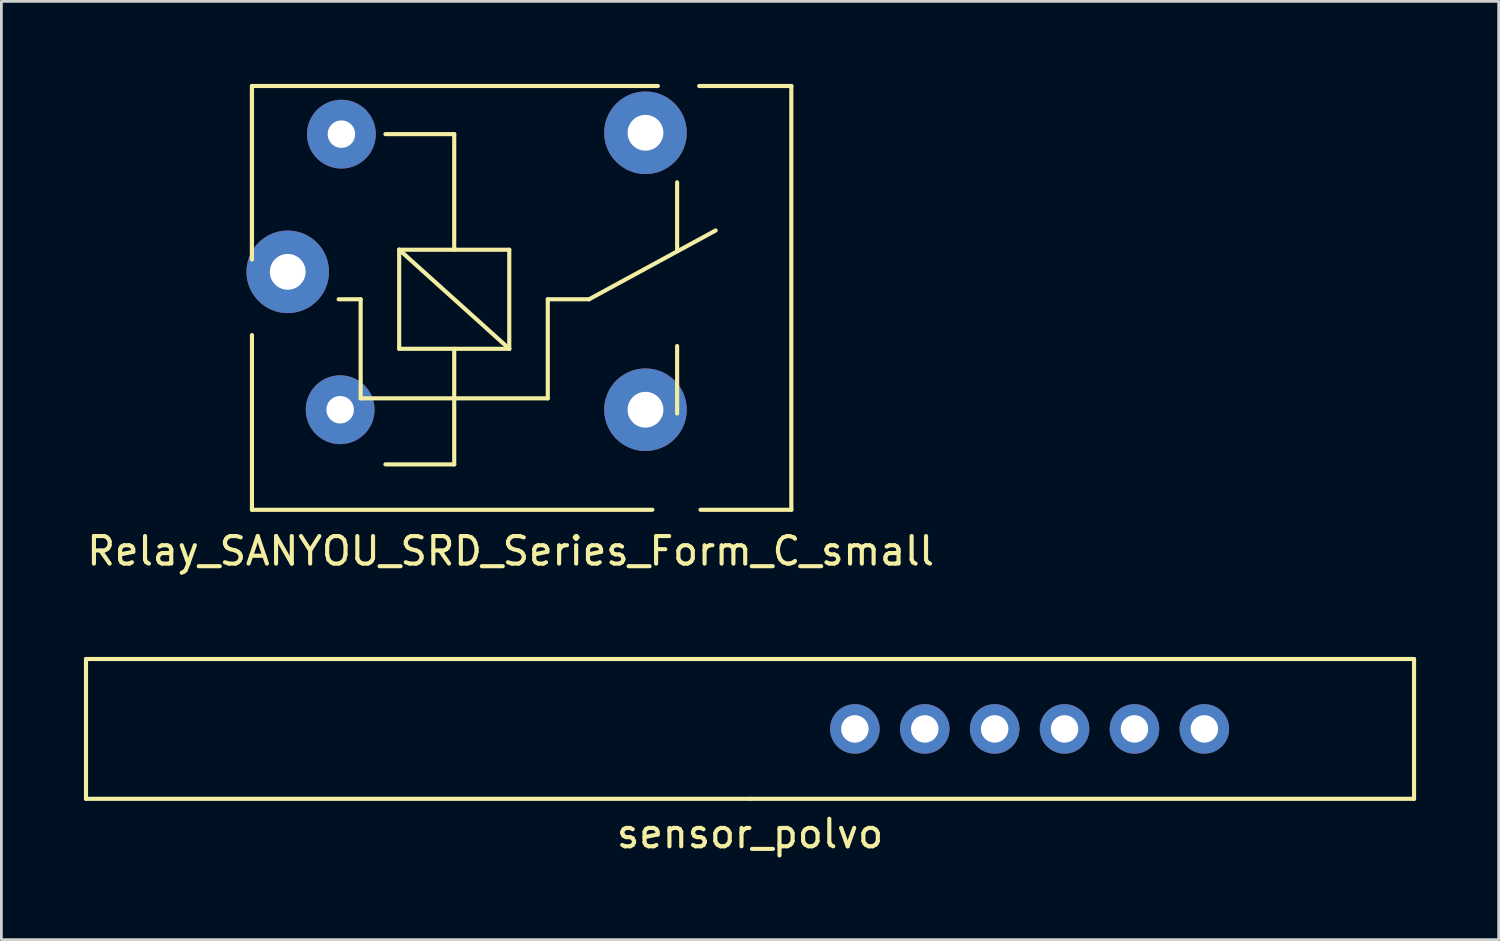
<source format=kicad_pcb>
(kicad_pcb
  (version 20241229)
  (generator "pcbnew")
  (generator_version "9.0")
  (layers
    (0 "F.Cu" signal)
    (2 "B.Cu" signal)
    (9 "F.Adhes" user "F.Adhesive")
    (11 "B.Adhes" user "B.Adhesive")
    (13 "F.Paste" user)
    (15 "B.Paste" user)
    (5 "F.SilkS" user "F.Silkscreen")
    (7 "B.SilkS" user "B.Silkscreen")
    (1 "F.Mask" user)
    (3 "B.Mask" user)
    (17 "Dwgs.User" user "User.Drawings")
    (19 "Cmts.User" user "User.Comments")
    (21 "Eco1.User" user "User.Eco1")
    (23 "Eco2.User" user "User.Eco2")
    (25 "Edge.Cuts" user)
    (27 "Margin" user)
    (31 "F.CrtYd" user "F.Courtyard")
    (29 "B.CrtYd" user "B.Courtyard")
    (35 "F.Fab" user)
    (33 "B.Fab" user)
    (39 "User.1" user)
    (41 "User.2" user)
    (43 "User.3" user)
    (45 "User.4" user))
  (footprint "Relay_SANYOU_SRD_Series_Form_C_small"
    (layer "F.Cu")
    (at 7.406 7.775)
    (property "Reference" "Relay_SANYOU_SRD_Series_Form_C_small" (at 8.1 9.2 0) (layer "F.SilkS") (effects (font (size 1 1) (thickness 0.15))))
    (attr through_hole)
    (fp_line (start -1.3 -7.7) (end 13.45 -7.7) (stroke (width 0.15) (type solid)) (layer "F.SilkS"))
    (fp_line (start -1.3 -7.65) (end -1.3 -1.4) (stroke (width 0.15) (type solid)) (layer "F.SilkS"))
    (fp_line (start -1.3 -1.4) (end -1.3 -7.7) (stroke (width 0.15) (type solid)) (layer "F.SilkS"))
    (fp_line (start -1.3 1.35) (end -1.3 7.7) (stroke (width 0.15) (type solid)) (layer "F.SilkS"))
    (fp_line (start -1.3 7.7) (end 13.25 7.7) (stroke (width 0.15) (type solid)) (layer "F.SilkS"))
    (fp_line (start 2.65 0.05) (end 1.85 0.05) (stroke (width 0.15) (type solid)) (layer "F.SilkS"))
    (fp_line (start 2.65 0.05) (end 2.65 3.65) (stroke (width 0.15) (type solid)) (layer "F.SilkS"))
    (fp_line (start 3.55 6.05) (end 6.05 6.05) (stroke (width 0.15) (type solid)) (layer "F.SilkS"))
    (fp_line (start 4.05 -1.75) (end 8.05 -1.75) (stroke (width 0.15) (type solid)) (layer "F.SilkS"))
    (fp_line (start 4.05 1.85) (end 4.05 -1.75) (stroke (width 0.15) (type solid)) (layer "F.SilkS"))
    (fp_line (start 6.05 -5.95) (end 3.55 -5.95) (stroke (width 0.15) (type solid)) (layer "F.SilkS"))
    (fp_line (start 6.05 -5.95) (end 6.05 -1.75) (stroke (width 0.15) (type solid)) (layer "F.SilkS"))
    (fp_line (start 6.05 1.85) (end 6.05 6.05) (stroke (width 0.15) (type solid)) (layer "F.SilkS"))
    (fp_line (start 8.05 -1.75) (end 8.05 1.85) (stroke (width 0.15) (type solid)) (layer "F.SilkS"))
    (fp_line (start 8.05 1.85) (end 4.05 -1.75) (stroke (width 0.15) (type solid)) (layer "F.SilkS"))
    (fp_line (start 8.05 1.85) (end 4.05 1.85) (stroke (width 0.15) (type solid)) (layer "F.SilkS"))
    (fp_line (start 9.45 0.05) (end 9.45 3.65) (stroke (width 0.15) (type solid)) (layer "F.SilkS"))
    (fp_line (start 9.45 0.05) (end 10.95 0.05) (stroke (width 0.15) (type solid)) (layer "F.SilkS"))
    (fp_line (start 9.45 3.65) (end 2.65 3.65) (stroke (width 0.15) (type solid)) (layer "F.SilkS"))
    (fp_line (start 10.95 0.05) (end 15.55 -2.45) (stroke (width 0.15) (type solid)) (layer "F.SilkS"))
    (fp_line (start 14.15 -4.2) (end 14.15 -1.7) (stroke (width 0.15) (type solid)) (layer "F.SilkS"))
    (fp_line (start 14.15 4.2) (end 14.15 1.75) (stroke (width 0.15) (type solid)) (layer "F.SilkS"))
    (fp_line (start 15 7.7) (end 18.3 7.7) (stroke (width 0.15) (type solid)) (layer "F.SilkS"))
    (fp_line (start 18.3 -7.7) (end 14.95 -7.7) (stroke (width 0.15) (type solid)) (layer "F.SilkS"))
    (fp_line (start 18.3 7.7) (end 18.3 -7.7) (stroke (width 0.15) (type solid)) (layer "F.SilkS"))
    (pad "1" thru_hole circle (at 1.905 4.064 90) (size 2.5 2.5) (drill 1) (layers "*.Cu" "*.Mask"))
    (pad "2" thru_hole circle (at 13 -6 90) (size 3 3) (drill 1.3) (layers "*.Cu" "*.Mask"))
    (pad "3" thru_hole circle (at 13 4.064 90) (size 3 3) (drill 1.3) (layers "*.Cu" "*.Mask"))
    (pad "4" thru_hole circle (at 0 -0.947 90) (size 3 3) (drill 1.3) (layers "*.Cu" "*.Mask"))
    (pad "5" thru_hole circle (at 1.95 -5.95 90) (size 2.5 2.5) (drill 1) (layers "*.Cu" "*.Mask")))
  (footprint "sensor_polvo"
    (layer "F.Cu")
    (at 24.205 23.438)
    (property "Reference" "sensor_polvo" (at 0 3.81 0) (layer "F.SilkS") (effects (font (size 1 1) (thickness 0.15))))
    (attr through_hole)
    (fp_line (start -24.13 -2.54) (end -24.13 2.54) (stroke (width 0.15) (type solid)) (layer "F.SilkS"))
    (fp_line (start -24.13 2.54) (end 0 2.54) (stroke (width 0.15) (type solid)) (layer "F.SilkS"))
    (fp_line (start 0 2.54) (end 24.13 2.54) (stroke (width 0.15) (type solid)) (layer "F.SilkS"))
    (fp_line (start 24.13 -2.54) (end -24.13 -2.54) (stroke (width 0.15) (type solid)) (layer "F.SilkS"))
    (fp_line (start 24.13 2.54) (end 24.13 -2.54) (stroke (width 0.15) (type solid)) (layer "F.SilkS"))
    (pad "1" thru_hole circle (at 3.81 0) (size 1.8 1.8) (drill 1) (layers "*.Cu" "*.Mask"))
    (pad "2" thru_hole circle (at 6.35 0) (size 1.8 1.8) (drill 1) (layers "*.Cu" "*.Mask"))
    (pad "3" thru_hole circle (at 8.89 0) (size 1.8 1.8) (drill 1) (layers "*.Cu" "*.Mask"))
    (pad "4" thru_hole circle (at 11.43 0) (size 1.8 1.8) (drill 1) (layers "*.Cu" "*.Mask"))
    (pad "5" thru_hole circle (at 13.97 0) (size 1.8 1.8) (drill 1) (layers "*.Cu" "*.Mask"))
    (pad "6" thru_hole circle (at 16.51 0) (size 1.8 1.8) (drill 1) (layers "*.Cu" "*.Mask")))
  (gr_rect
    (start -3 -3)
    (end 51.41 31.096)
    (stroke (width 0.1) (type default))
    (fill no)
    (layer "Edge.Cuts")))
</source>
